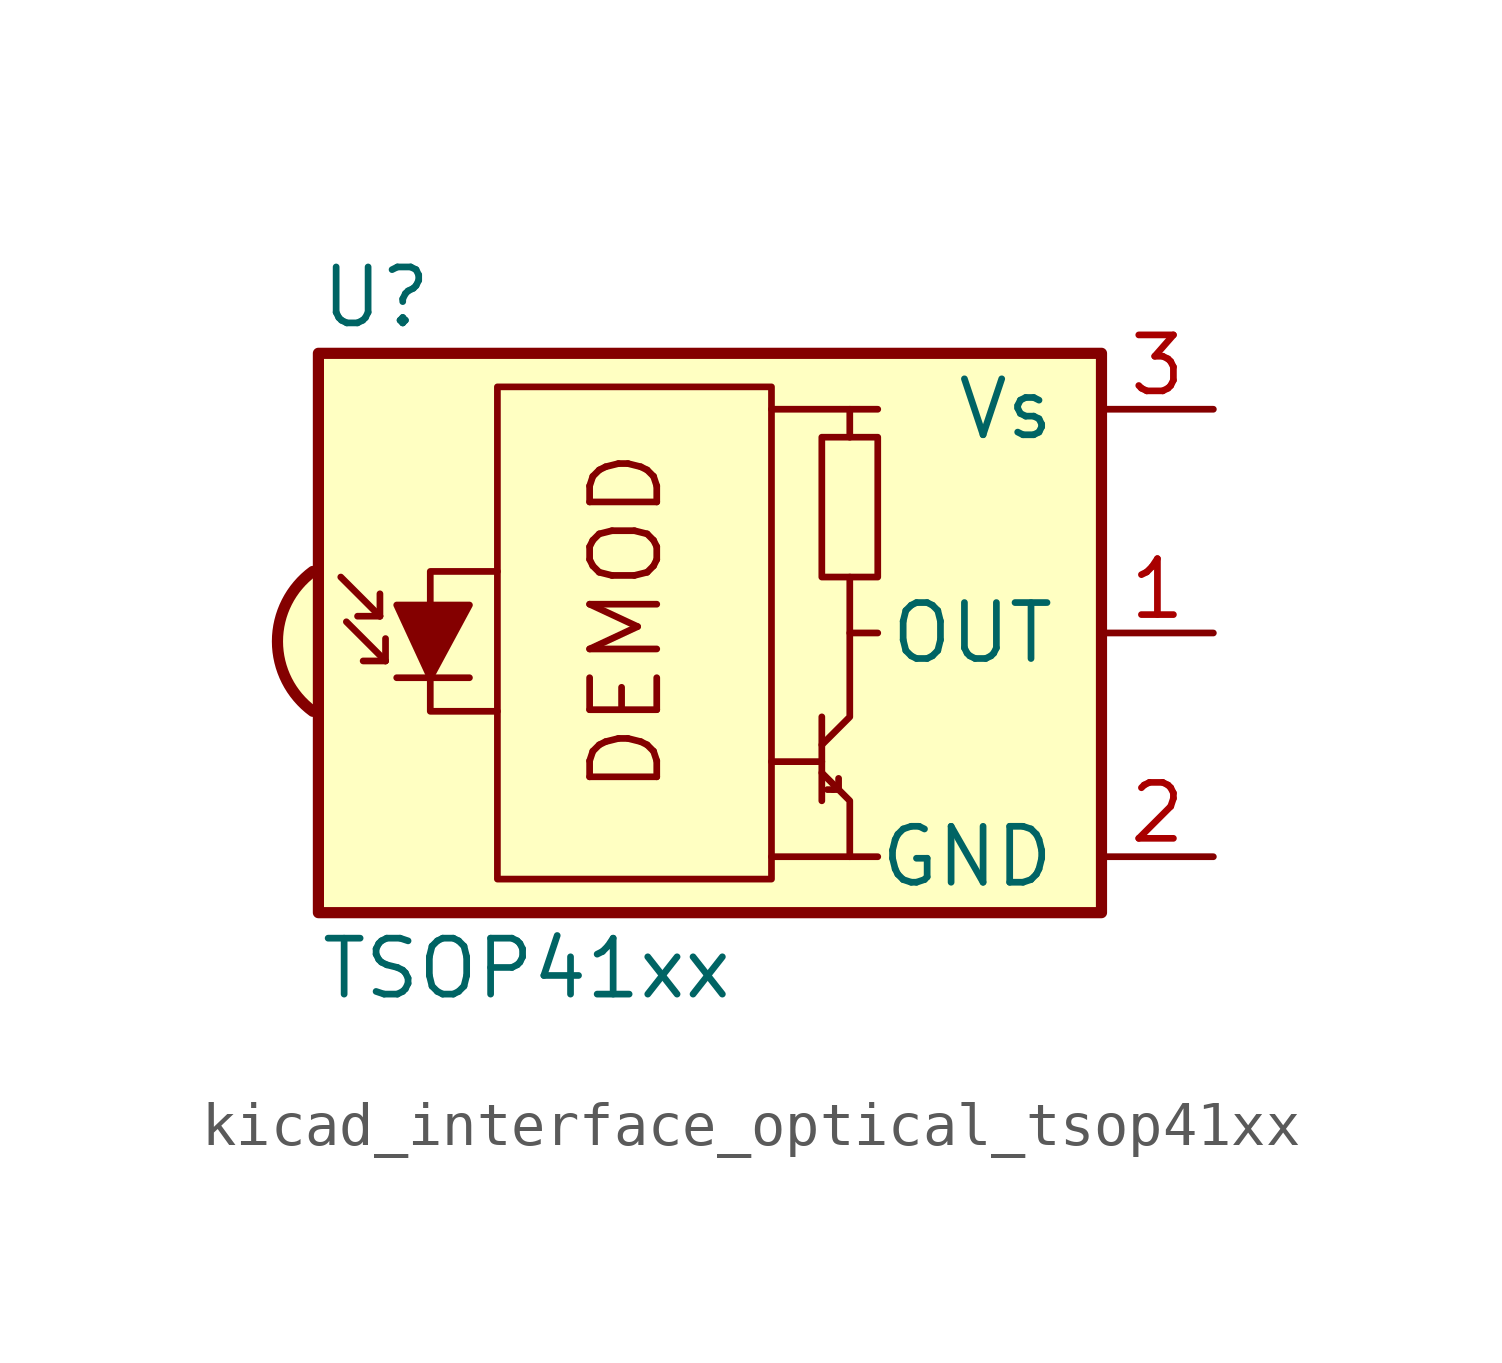
<source format=kicad_sym>
(kicad_symbol_lib
  (version 20220914)
  (generator kicad_symbol_editor)
  (symbol "kicad_interface_optical_tsop41xx"
    (pin_names
      (offset 1.016))
    (property "Reference" "U"
      (at -10.16 7.62 0)
      (effects (font (size 1.27 1.27)) (justify left)))
    (property "Value" "TSOP41xx"
      (at -10.16 -7.62 0)
      (effects (font (size 1.27 1.27)) (justify left)))
    (symbol "kicad_interface_optical_tsop41xx_0_0"
      (arc (start -10.287 1.397) (mid -11.0899 -0.1852) (end -10.287 -1.778) (stroke (width 0.254) (type default)) (fill (type background)))
      (polyline (pts (xy 1.905 -5.08) (xy 0.127 -5.08)) (stroke (width 0) (type default)) (fill (type none)))
      (polyline (pts (xy 1.905 5.08) (xy 0.127 5.08)) (stroke (width 0) (type default)) (fill (type none)))
      (text "DEMOD" (at -3.175 0.254 900) (effects (font (size 1.524 1.524)))))
    (symbol "kicad_interface_optical_tsop41xx_0_1"
      (rectangle (start -6.096 5.588) (end 0.127 -5.588) (stroke (width 0) (type default)) (fill (type none)))
      (polyline (pts (xy -8.763 0.381) (xy -9.652 1.27)) (stroke (width 0) (type default)) (fill (type none)))
      (polyline (pts (xy -8.763 0.381) (xy -9.271 0.381)) (stroke (width 0) (type default)) (fill (type none)))
      (polyline (pts (xy -8.763 0.381) (xy -8.763 0.889)) (stroke (width 0) (type default)) (fill (type none)))
      (polyline (pts (xy -8.636 -0.635) (xy -9.525 0.254)) (stroke (width 0) (type default)) (fill (type none)))
      (polyline (pts (xy -8.636 -0.635) (xy -9.144 -0.635)) (stroke (width 0) (type default)) (fill (type none)))
      (polyline (pts (xy -8.636 -0.635) (xy -8.636 -0.127)) (stroke (width 0) (type default)) (fill (type none)))
      (polyline (pts (xy -8.382 -1.016) (xy -6.731 -1.016)) (stroke (width 0) (type default)) (fill (type none)))
      (polyline (pts (xy 1.27 -2.921) (xy 0.127 -2.921)) (stroke (width 0) (type default)) (fill (type none)))
      (polyline (pts (xy 1.27 -1.905) (xy 1.27 -3.81)) (stroke (width 0) (type default)) (fill (type none)))
      (polyline (pts (xy 1.397 -3.556) (xy 1.524 -3.556)) (stroke (width 0) (type default)) (fill (type none)))
      (polyline (pts (xy 1.651 -3.556) (xy 1.524 -3.556)) (stroke (width 0) (type default)) (fill (type none)))
      (polyline (pts (xy 1.651 -3.556) (xy 1.651 -3.302)) (stroke (width 0) (type default)) (fill (type none)))
      (polyline (pts (xy 1.905 0) (xy 1.905 1.27)) (stroke (width 0) (type default)) (fill (type none)))
      (polyline (pts (xy 1.905 4.445) (xy 1.905 5.08) (xy 2.54 5.08)) (stroke (width 0) (type default)) (fill (type none)))
      (polyline (pts (xy -8.382 0.635) (xy -6.731 0.635) (xy -7.62 -1.016) (xy -8.382 0.635)) (stroke (width 0) (type default)) (fill (type outline)))
      (polyline (pts (xy -6.096 1.397) (xy -7.62 1.397) (xy -7.62 -1.778) (xy -6.096 -1.778)) (stroke (width 0) (type default)) (fill (type none)))
      (polyline (pts (xy 1.27 -3.175) (xy 1.905 -3.81) (xy 1.905 -5.08) (xy 2.54 -5.08)) (stroke (width 0) (type default)) (fill (type none)))
      (polyline (pts (xy 1.27 -2.54) (xy 1.905 -1.905) (xy 1.905 0) (xy 2.54 0)) (stroke (width 0) (type default)) (fill (type none)))
      (rectangle (start 2.54 1.27) (end 1.27 4.445) (stroke (width 0) (type default)) (fill (type none)))
      (rectangle (start 7.62 6.35) (end -10.16 -6.35) (stroke (width 0.254) (type default)) (fill (type background))))
    (symbol "kicad_interface_optical_tsop41xx_1_1"
      (pin output line (at 10.16 0 180) (length 2.54) (name "OUT" (effects (font (size 1.27 1.27)))) (number "1" (effects (font (size 1.27 1.27)))))
      (pin power_in line (at 10.16 -5.08 180) (length 2.54) (name "GND" (effects (font (size 1.27 1.27)))) (number "2" (effects (font (size 1.27 1.27)))))
      (pin power_in line (at 10.16 5.08 180) (length 2.54) (name "Vs" (effects (font (size 1.27 1.27)))) (number "3" (effects (font (size 1.27 1.27))))))))
</source>
